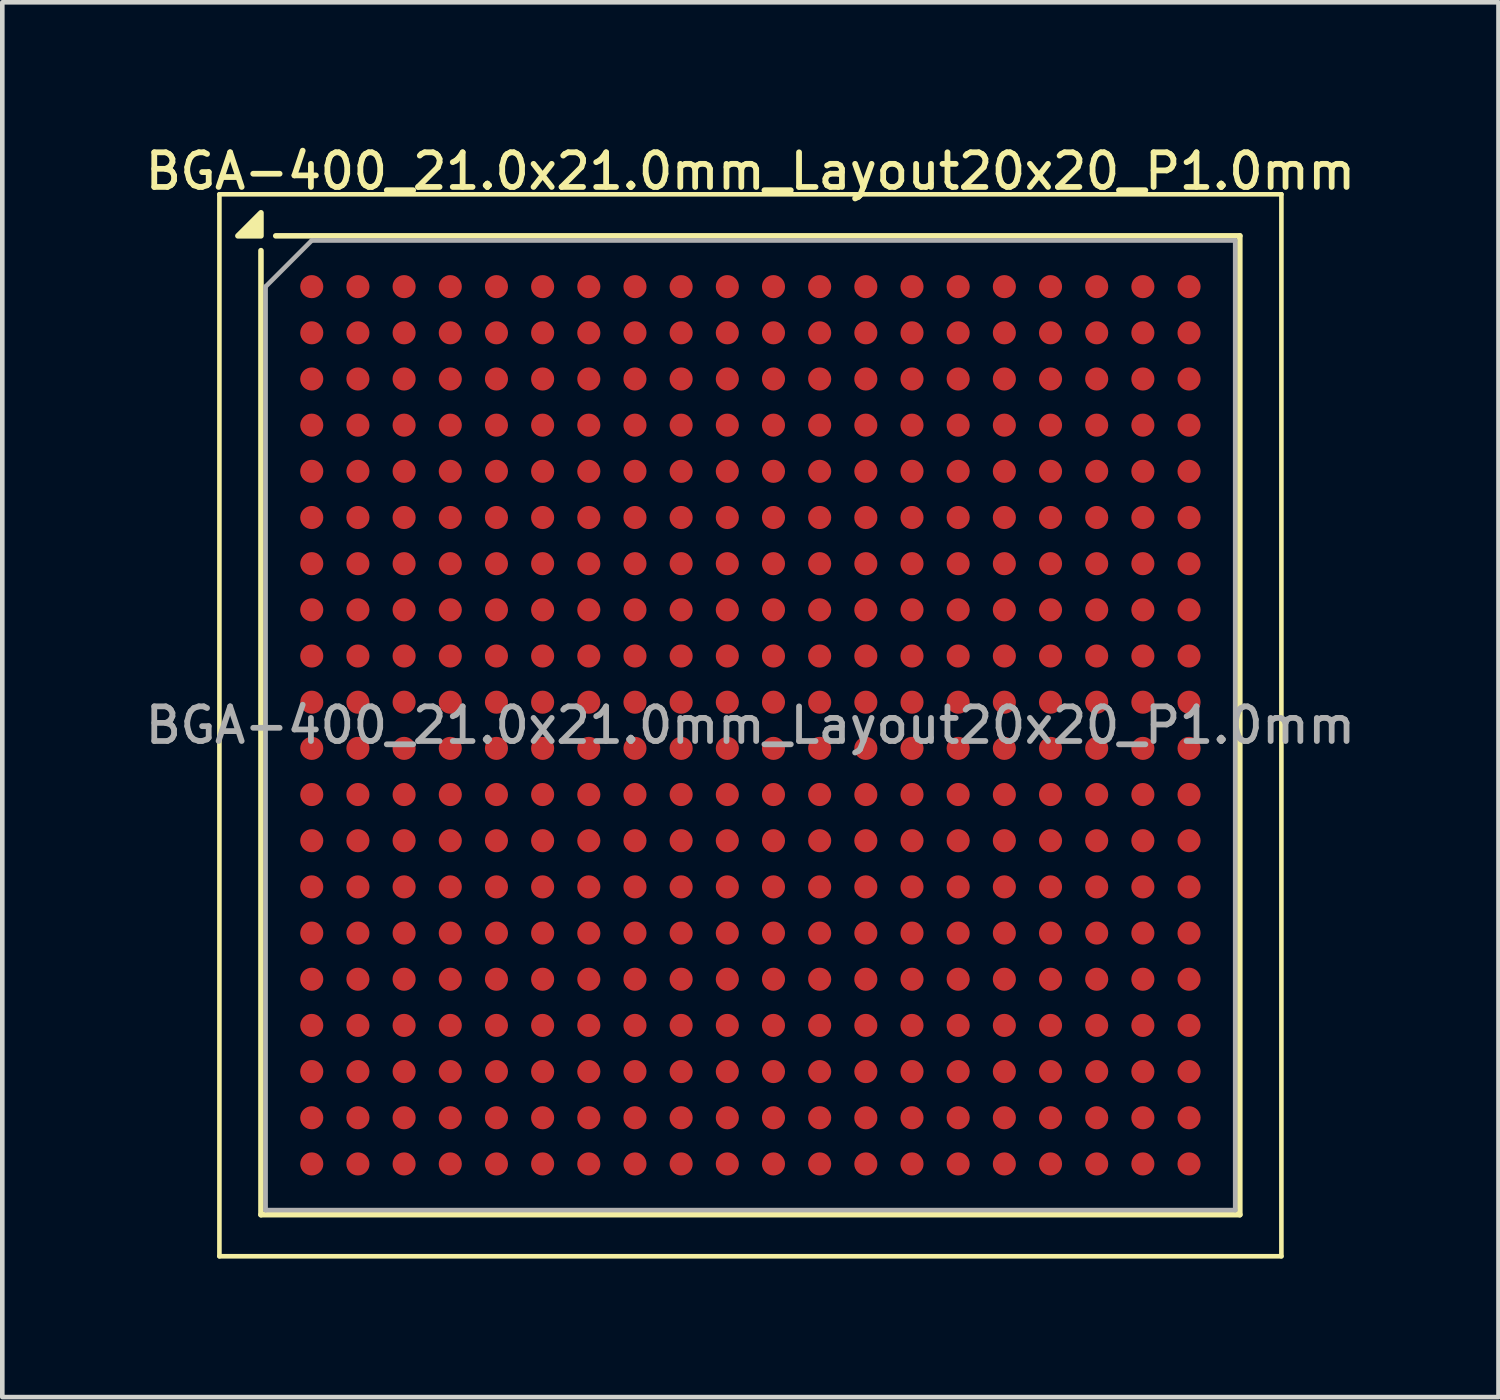
<source format=kicad_pcb>
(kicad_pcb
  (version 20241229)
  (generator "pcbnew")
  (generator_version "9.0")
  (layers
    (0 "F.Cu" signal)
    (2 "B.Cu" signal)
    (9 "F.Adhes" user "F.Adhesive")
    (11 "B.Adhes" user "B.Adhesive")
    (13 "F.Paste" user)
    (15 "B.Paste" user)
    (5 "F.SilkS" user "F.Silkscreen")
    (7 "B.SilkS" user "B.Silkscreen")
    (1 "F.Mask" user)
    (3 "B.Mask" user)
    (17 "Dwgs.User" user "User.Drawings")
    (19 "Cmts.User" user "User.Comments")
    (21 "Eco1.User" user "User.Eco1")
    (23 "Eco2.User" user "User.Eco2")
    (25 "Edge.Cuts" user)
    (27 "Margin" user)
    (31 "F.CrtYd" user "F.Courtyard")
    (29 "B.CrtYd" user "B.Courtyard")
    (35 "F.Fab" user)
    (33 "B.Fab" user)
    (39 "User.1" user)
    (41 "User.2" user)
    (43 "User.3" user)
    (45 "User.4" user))
  (footprint "BGA-400_21.0x21.0mm_Layout20x20_P1.0mm"
    (layer "F.Cu")
    (at 13.202 12.658)
    (property "Reference" "BGA-400_21.0x21.0mm_Layout20x20_P1.0mm" (at 0 -12 0) (layer "F.SilkS") (effects (font (size 0.75 0.75) (thickness 0.125))))
    (attr smd)
    (fp_line (start -11.5 -11.5) (end -11.5 11.5) (stroke (width 0.1) (type solid)) (layer "F.SilkS"))
    (fp_line (start -11.5 -11.5) (end 11.5 -11.5) (stroke (width 0.1) (type solid)) (layer "F.SilkS"))
    (fp_line (start -10.6 10.6) (end -10.6 -10.28) (stroke (width 0.12) (type solid)) (layer "F.SilkS"))
    (fp_line (start -10.28 -10.6) (end 10.6 -10.6) (stroke (width 0.12) (type solid)) (layer "F.SilkS"))
    (fp_line (start 10.6 -10.6) (end 10.6 10.6) (stroke (width 0.12) (type solid)) (layer "F.SilkS"))
    (fp_line (start 10.6 10.6) (end -10.6 10.6) (stroke (width 0.12) (type solid)) (layer "F.SilkS"))
    (fp_line (start 11.5 11.5) (end -11.5 11.5) (stroke (width 0.1) (type solid)) (layer "F.SilkS"))
    (fp_line (start 11.5 11.5) (end 11.5 -11.5) (stroke (width 0.1) (type solid)) (layer "F.SilkS"))
    (fp_poly (pts (xy -10.6 -10.6) (xy -11.1 -10.6) (xy -10.6 -11.1) (xy -10.6 -10.6)) (stroke (width 0.12) (type solid)) (fill yes) (layer "F.SilkS"))
    (fp_line (start -10.5 -9.5) (end -9.5 -10.5) (stroke (width 0.1) (type solid)) (layer "F.Fab"))
    (fp_line (start -10.5 10.5) (end -10.5 -9.5) (stroke (width 0.1) (type solid)) (layer "F.Fab"))
    (fp_line (start -9.5 -10.5) (end 10.5 -10.5) (stroke (width 0.1) (type solid)) (layer "F.Fab"))
    (fp_line (start 10.5 -10.5) (end 10.5 10.5) (stroke (width 0.1) (type solid)) (layer "F.Fab"))
    (fp_line (start 10.5 10.5) (end -10.5 10.5) (stroke (width 0.1) (type solid)) (layer "F.Fab"))
    (fp_text user "${REFERENCE}" (at 0 0 0) (layer "F.Fab") (effects (font (size 0.75 0.75) (thickness 0.125))))
    (pad "A1" smd circle (at -9.5 -9.5) (size 0.5 0.5) (property pad_prop_bga) (layers "F.Cu" "F.Mask" "F.Paste"))
    (pad "A2" smd circle (at -8.5 -9.5) (size 0.5 0.5) (property pad_prop_bga) (layers "F.Cu" "F.Mask" "F.Paste"))
    (pad "A3" smd circle (at -7.5 -9.5) (size 0.5 0.5) (property pad_prop_bga) (layers "F.Cu" "F.Mask" "F.Paste"))
    (pad "A4" smd circle (at -6.5 -9.5) (size 0.5 0.5) (property pad_prop_bga) (layers "F.Cu" "F.Mask" "F.Paste"))
    (pad "A5" smd circle (at -5.5 -9.5) (size 0.5 0.5) (property pad_prop_bga) (layers "F.Cu" "F.Mask" "F.Paste"))
    (pad "A6" smd circle (at -4.5 -9.5) (size 0.5 0.5) (property pad_prop_bga) (layers "F.Cu" "F.Mask" "F.Paste"))
    (pad "A7" smd circle (at -3.5 -9.5) (size 0.5 0.5) (property pad_prop_bga) (layers "F.Cu" "F.Mask" "F.Paste"))
    (pad "A8" smd circle (at -2.5 -9.5) (size 0.5 0.5) (property pad_prop_bga) (layers "F.Cu" "F.Mask" "F.Paste"))
    (pad "A9" smd circle (at -1.5 -9.5) (size 0.5 0.5) (property pad_prop_bga) (layers "F.Cu" "F.Mask" "F.Paste"))
    (pad "A10" smd circle (at -0.5 -9.5) (size 0.5 0.5) (property pad_prop_bga) (layers "F.Cu" "F.Mask" "F.Paste"))
    (pad "A11" smd circle (at 0.5 -9.5) (size 0.5 0.5) (property pad_prop_bga) (layers "F.Cu" "F.Mask" "F.Paste"))
    (pad "A12" smd circle (at 1.5 -9.5) (size 0.5 0.5) (property pad_prop_bga) (layers "F.Cu" "F.Mask" "F.Paste"))
    (pad "A13" smd circle (at 2.5 -9.5) (size 0.5 0.5) (property pad_prop_bga) (layers "F.Cu" "F.Mask" "F.Paste"))
    (pad "A14" smd circle (at 3.5 -9.5) (size 0.5 0.5) (property pad_prop_bga) (layers "F.Cu" "F.Mask" "F.Paste"))
    (pad "A15" smd circle (at 4.5 -9.5) (size 0.5 0.5) (property pad_prop_bga) (layers "F.Cu" "F.Mask" "F.Paste"))
    (pad "A16" smd circle (at 5.5 -9.5) (size 0.5 0.5) (property pad_prop_bga) (layers "F.Cu" "F.Mask" "F.Paste"))
    (pad "A17" smd circle (at 6.5 -9.5) (size 0.5 0.5) (property pad_prop_bga) (layers "F.Cu" "F.Mask" "F.Paste"))
    (pad "A18" smd circle (at 7.5 -9.5) (size 0.5 0.5) (property pad_prop_bga) (layers "F.Cu" "F.Mask" "F.Paste"))
    (pad "A19" smd circle (at 8.5 -9.5) (size 0.5 0.5) (property pad_prop_bga) (layers "F.Cu" "F.Mask" "F.Paste"))
    (pad "A20" smd circle (at 9.5 -9.5) (size 0.5 0.5) (property pad_prop_bga) (layers "F.Cu" "F.Mask" "F.Paste"))
    (pad "B1" smd circle (at -9.5 -8.5) (size 0.5 0.5) (property pad_prop_bga) (layers "F.Cu" "F.Mask" "F.Paste"))
    (pad "B2" smd circle (at -8.5 -8.5) (size 0.5 0.5) (property pad_prop_bga) (layers "F.Cu" "F.Mask" "F.Paste"))
    (pad "B3" smd circle (at -7.5 -8.5) (size 0.5 0.5) (property pad_prop_bga) (layers "F.Cu" "F.Mask" "F.Paste"))
    (pad "B4" smd circle (at -6.5 -8.5) (size 0.5 0.5) (property pad_prop_bga) (layers "F.Cu" "F.Mask" "F.Paste"))
    (pad "B5" smd circle (at -5.5 -8.5) (size 0.5 0.5) (property pad_prop_bga) (layers "F.Cu" "F.Mask" "F.Paste"))
    (pad "B6" smd circle (at -4.5 -8.5) (size 0.5 0.5) (property pad_prop_bga) (layers "F.Cu" "F.Mask" "F.Paste"))
    (pad "B7" smd circle (at -3.5 -8.5) (size 0.5 0.5) (property pad_prop_bga) (layers "F.Cu" "F.Mask" "F.Paste"))
    (pad "B8" smd circle (at -2.5 -8.5) (size 0.5 0.5) (property pad_prop_bga) (layers "F.Cu" "F.Mask" "F.Paste"))
    (pad "B9" smd circle (at -1.5 -8.5) (size 0.5 0.5) (property pad_prop_bga) (layers "F.Cu" "F.Mask" "F.Paste"))
    (pad "B10" smd circle (at -0.5 -8.5) (size 0.5 0.5) (property pad_prop_bga) (layers "F.Cu" "F.Mask" "F.Paste"))
    (pad "B11" smd circle (at 0.5 -8.5) (size 0.5 0.5) (property pad_prop_bga) (layers "F.Cu" "F.Mask" "F.Paste"))
    (pad "B12" smd circle (at 1.5 -8.5) (size 0.5 0.5) (property pad_prop_bga) (layers "F.Cu" "F.Mask" "F.Paste"))
    (pad "B13" smd circle (at 2.5 -8.5) (size 0.5 0.5) (property pad_prop_bga) (layers "F.Cu" "F.Mask" "F.Paste"))
    (pad "B14" smd circle (at 3.5 -8.5) (size 0.5 0.5) (property pad_prop_bga) (layers "F.Cu" "F.Mask" "F.Paste"))
    (pad "B15" smd circle (at 4.5 -8.5) (size 0.5 0.5) (property pad_prop_bga) (layers "F.Cu" "F.Mask" "F.Paste"))
    (pad "B16" smd circle (at 5.5 -8.5) (size 0.5 0.5) (property pad_prop_bga) (layers "F.Cu" "F.Mask" "F.Paste"))
    (pad "B17" smd circle (at 6.5 -8.5) (size 0.5 0.5) (property pad_prop_bga) (layers "F.Cu" "F.Mask" "F.Paste"))
    (pad "B18" smd circle (at 7.5 -8.5) (size 0.5 0.5) (property pad_prop_bga) (layers "F.Cu" "F.Mask" "F.Paste"))
    (pad "B19" smd circle (at 8.5 -8.5) (size 0.5 0.5) (property pad_prop_bga) (layers "F.Cu" "F.Mask" "F.Paste"))
    (pad "B20" smd circle (at 9.5 -8.5) (size 0.5 0.5) (property pad_prop_bga) (layers "F.Cu" "F.Mask" "F.Paste"))
    (pad "C1" smd circle (at -9.5 -7.5) (size 0.5 0.5) (property pad_prop_bga) (layers "F.Cu" "F.Mask" "F.Paste"))
    (pad "C2" smd circle (at -8.5 -7.5) (size 0.5 0.5) (property pad_prop_bga) (layers "F.Cu" "F.Mask" "F.Paste"))
    (pad "C3" smd circle (at -7.5 -7.5) (size 0.5 0.5) (property pad_prop_bga) (layers "F.Cu" "F.Mask" "F.Paste"))
    (pad "C4" smd circle (at -6.5 -7.5) (size 0.5 0.5) (property pad_prop_bga) (layers "F.Cu" "F.Mask" "F.Paste"))
    (pad "C5" smd circle (at -5.5 -7.5) (size 0.5 0.5) (property pad_prop_bga) (layers "F.Cu" "F.Mask" "F.Paste"))
    (pad "C6" smd circle (at -4.5 -7.5) (size 0.5 0.5) (property pad_prop_bga) (layers "F.Cu" "F.Mask" "F.Paste"))
    (pad "C7" smd circle (at -3.5 -7.5) (size 0.5 0.5) (property pad_prop_bga) (layers "F.Cu" "F.Mask" "F.Paste"))
    (pad "C8" smd circle (at -2.5 -7.5) (size 0.5 0.5) (property pad_prop_bga) (layers "F.Cu" "F.Mask" "F.Paste"))
    (pad "C9" smd circle (at -1.5 -7.5) (size 0.5 0.5) (property pad_prop_bga) (layers "F.Cu" "F.Mask" "F.Paste"))
    (pad "C10" smd circle (at -0.5 -7.5) (size 0.5 0.5) (property pad_prop_bga) (layers "F.Cu" "F.Mask" "F.Paste"))
    (pad "C11" smd circle (at 0.5 -7.5) (size 0.5 0.5) (property pad_prop_bga) (layers "F.Cu" "F.Mask" "F.Paste"))
    (pad "C12" smd circle (at 1.5 -7.5) (size 0.5 0.5) (property pad_prop_bga) (layers "F.Cu" "F.Mask" "F.Paste"))
    (pad "C13" smd circle (at 2.5 -7.5) (size 0.5 0.5) (property pad_prop_bga) (layers "F.Cu" "F.Mask" "F.Paste"))
    (pad "C14" smd circle (at 3.5 -7.5) (size 0.5 0.5) (property pad_prop_bga) (layers "F.Cu" "F.Mask" "F.Paste"))
    (pad "C15" smd circle (at 4.5 -7.5) (size 0.5 0.5) (property pad_prop_bga) (layers "F.Cu" "F.Mask" "F.Paste"))
    (pad "C16" smd circle (at 5.5 -7.5) (size 0.5 0.5) (property pad_prop_bga) (layers "F.Cu" "F.Mask" "F.Paste"))
    (pad "C17" smd circle (at 6.5 -7.5) (size 0.5 0.5) (property pad_prop_bga) (layers "F.Cu" "F.Mask" "F.Paste"))
    (pad "C18" smd circle (at 7.5 -7.5) (size 0.5 0.5) (property pad_prop_bga) (layers "F.Cu" "F.Mask" "F.Paste"))
    (pad "C19" smd circle (at 8.5 -7.5) (size 0.5 0.5) (property pad_prop_bga) (layers "F.Cu" "F.Mask" "F.Paste"))
    (pad "C20" smd circle (at 9.5 -7.5) (size 0.5 0.5) (property pad_prop_bga) (layers "F.Cu" "F.Mask" "F.Paste"))
    (pad "D1" smd circle (at -9.5 -6.5) (size 0.5 0.5) (property pad_prop_bga) (layers "F.Cu" "F.Mask" "F.Paste"))
    (pad "D2" smd circle (at -8.5 -6.5) (size 0.5 0.5) (property pad_prop_bga) (layers "F.Cu" "F.Mask" "F.Paste"))
    (pad "D3" smd circle (at -7.5 -6.5) (size 0.5 0.5) (property pad_prop_bga) (layers "F.Cu" "F.Mask" "F.Paste"))
    (pad "D4" smd circle (at -6.5 -6.5) (size 0.5 0.5) (property pad_prop_bga) (layers "F.Cu" "F.Mask" "F.Paste"))
    (pad "D5" smd circle (at -5.5 -6.5) (size 0.5 0.5) (property pad_prop_bga) (layers "F.Cu" "F.Mask" "F.Paste"))
    (pad "D6" smd circle (at -4.5 -6.5) (size 0.5 0.5) (property pad_prop_bga) (layers "F.Cu" "F.Mask" "F.Paste"))
    (pad "D7" smd circle (at -3.5 -6.5) (size 0.5 0.5) (property pad_prop_bga) (layers "F.Cu" "F.Mask" "F.Paste"))
    (pad "D8" smd circle (at -2.5 -6.5) (size 0.5 0.5) (property pad_prop_bga) (layers "F.Cu" "F.Mask" "F.Paste"))
    (pad "D9" smd circle (at -1.5 -6.5) (size 0.5 0.5) (property pad_prop_bga) (layers "F.Cu" "F.Mask" "F.Paste"))
    (pad "D10" smd circle (at -0.5 -6.5) (size 0.5 0.5) (property pad_prop_bga) (layers "F.Cu" "F.Mask" "F.Paste"))
    (pad "D11" smd circle (at 0.5 -6.5) (size 0.5 0.5) (property pad_prop_bga) (layers "F.Cu" "F.Mask" "F.Paste"))
    (pad "D12" smd circle (at 1.5 -6.5) (size 0.5 0.5) (property pad_prop_bga) (layers "F.Cu" "F.Mask" "F.Paste"))
    (pad "D13" smd circle (at 2.5 -6.5) (size 0.5 0.5) (property pad_prop_bga) (layers "F.Cu" "F.Mask" "F.Paste"))
    (pad "D14" smd circle (at 3.5 -6.5) (size 0.5 0.5) (property pad_prop_bga) (layers "F.Cu" "F.Mask" "F.Paste"))
    (pad "D15" smd circle (at 4.5 -6.5) (size 0.5 0.5) (property pad_prop_bga) (layers "F.Cu" "F.Mask" "F.Paste"))
    (pad "D16" smd circle (at 5.5 -6.5) (size 0.5 0.5) (property pad_prop_bga) (layers "F.Cu" "F.Mask" "F.Paste"))
    (pad "D17" smd circle (at 6.5 -6.5) (size 0.5 0.5) (property pad_prop_bga) (layers "F.Cu" "F.Mask" "F.Paste"))
    (pad "D18" smd circle (at 7.5 -6.5) (size 0.5 0.5) (property pad_prop_bga) (layers "F.Cu" "F.Mask" "F.Paste"))
    (pad "D19" smd circle (at 8.5 -6.5) (size 0.5 0.5) (property pad_prop_bga) (layers "F.Cu" "F.Mask" "F.Paste"))
    (pad "D20" smd circle (at 9.5 -6.5) (size 0.5 0.5) (property pad_prop_bga) (layers "F.Cu" "F.Mask" "F.Paste"))
    (pad "E1" smd circle (at -9.5 -5.5) (size 0.5 0.5) (property pad_prop_bga) (layers "F.Cu" "F.Mask" "F.Paste"))
    (pad "E2" smd circle (at -8.5 -5.5) (size 0.5 0.5) (property pad_prop_bga) (layers "F.Cu" "F.Mask" "F.Paste"))
    (pad "E3" smd circle (at -7.5 -5.5) (size 0.5 0.5) (property pad_prop_bga) (layers "F.Cu" "F.Mask" "F.Paste"))
    (pad "E4" smd circle (at -6.5 -5.5) (size 0.5 0.5) (property pad_prop_bga) (layers "F.Cu" "F.Mask" "F.Paste"))
    (pad "E5" smd circle (at -5.5 -5.5) (size 0.5 0.5) (property pad_prop_bga) (layers "F.Cu" "F.Mask" "F.Paste"))
    (pad "E6" smd circle (at -4.5 -5.5) (size 0.5 0.5) (property pad_prop_bga) (layers "F.Cu" "F.Mask" "F.Paste"))
    (pad "E7" smd circle (at -3.5 -5.5) (size 0.5 0.5) (property pad_prop_bga) (layers "F.Cu" "F.Mask" "F.Paste"))
    (pad "E8" smd circle (at -2.5 -5.5) (size 0.5 0.5) (property pad_prop_bga) (layers "F.Cu" "F.Mask" "F.Paste"))
    (pad "E9" smd circle (at -1.5 -5.5) (size 0.5 0.5) (property pad_prop_bga) (layers "F.Cu" "F.Mask" "F.Paste"))
    (pad "E10" smd circle (at -0.5 -5.5) (size 0.5 0.5) (property pad_prop_bga) (layers "F.Cu" "F.Mask" "F.Paste"))
    (pad "E11" smd circle (at 0.5 -5.5) (size 0.5 0.5) (property pad_prop_bga) (layers "F.Cu" "F.Mask" "F.Paste"))
    (pad "E12" smd circle (at 1.5 -5.5) (size 0.5 0.5) (property pad_prop_bga) (layers "F.Cu" "F.Mask" "F.Paste"))
    (pad "E13" smd circle (at 2.5 -5.5) (size 0.5 0.5) (property pad_prop_bga) (layers "F.Cu" "F.Mask" "F.Paste"))
    (pad "E14" smd circle (at 3.5 -5.5) (size 0.5 0.5) (property pad_prop_bga) (layers "F.Cu" "F.Mask" "F.Paste"))
    (pad "E15" smd circle (at 4.5 -5.5) (size 0.5 0.5) (property pad_prop_bga) (layers "F.Cu" "F.Mask" "F.Paste"))
    (pad "E16" smd circle (at 5.5 -5.5) (size 0.5 0.5) (property pad_prop_bga) (layers "F.Cu" "F.Mask" "F.Paste"))
    (pad "E17" smd circle (at 6.5 -5.5) (size 0.5 0.5) (property pad_prop_bga) (layers "F.Cu" "F.Mask" "F.Paste"))
    (pad "E18" smd circle (at 7.5 -5.5) (size 0.5 0.5) (property pad_prop_bga) (layers "F.Cu" "F.Mask" "F.Paste"))
    (pad "E19" smd circle (at 8.5 -5.5) (size 0.5 0.5) (property pad_prop_bga) (layers "F.Cu" "F.Mask" "F.Paste"))
    (pad "E20" smd circle (at 9.5 -5.5) (size 0.5 0.5) (property pad_prop_bga) (layers "F.Cu" "F.Mask" "F.Paste"))
    (pad "F1" smd circle (at -9.5 -4.5) (size 0.5 0.5) (property pad_prop_bga) (layers "F.Cu" "F.Mask" "F.Paste"))
    (pad "F2" smd circle (at -8.5 -4.5) (size 0.5 0.5) (property pad_prop_bga) (layers "F.Cu" "F.Mask" "F.Paste"))
    (pad "F3" smd circle (at -7.5 -4.5) (size 0.5 0.5) (property pad_prop_bga) (layers "F.Cu" "F.Mask" "F.Paste"))
    (pad "F4" smd circle (at -6.5 -4.5) (size 0.5 0.5) (property pad_prop_bga) (layers "F.Cu" "F.Mask" "F.Paste"))
    (pad "F5" smd circle (at -5.5 -4.5) (size 0.5 0.5) (property pad_prop_bga) (layers "F.Cu" "F.Mask" "F.Paste"))
    (pad "F6" smd circle (at -4.5 -4.5) (size 0.5 0.5) (property pad_prop_bga) (layers "F.Cu" "F.Mask" "F.Paste"))
    (pad "F7" smd circle (at -3.5 -4.5) (size 0.5 0.5) (property pad_prop_bga) (layers "F.Cu" "F.Mask" "F.Paste"))
    (pad "F8" smd circle (at -2.5 -4.5) (size 0.5 0.5) (property pad_prop_bga) (layers "F.Cu" "F.Mask" "F.Paste"))
    (pad "F9" smd circle (at -1.5 -4.5) (size 0.5 0.5) (property pad_prop_bga) (layers "F.Cu" "F.Mask" "F.Paste"))
    (pad "F10" smd circle (at -0.5 -4.5) (size 0.5 0.5) (property pad_prop_bga) (layers "F.Cu" "F.Mask" "F.Paste"))
    (pad "F11" smd circle (at 0.5 -4.5) (size 0.5 0.5) (property pad_prop_bga) (layers "F.Cu" "F.Mask" "F.Paste"))
    (pad "F12" smd circle (at 1.5 -4.5) (size 0.5 0.5) (property pad_prop_bga) (layers "F.Cu" "F.Mask" "F.Paste"))
    (pad "F13" smd circle (at 2.5 -4.5) (size 0.5 0.5) (property pad_prop_bga) (layers "F.Cu" "F.Mask" "F.Paste"))
    (pad "F14" smd circle (at 3.5 -4.5) (size 0.5 0.5) (property pad_prop_bga) (layers "F.Cu" "F.Mask" "F.Paste"))
    (pad "F15" smd circle (at 4.5 -4.5) (size 0.5 0.5) (property pad_prop_bga) (layers "F.Cu" "F.Mask" "F.Paste"))
    (pad "F16" smd circle (at 5.5 -4.5) (size 0.5 0.5) (property pad_prop_bga) (layers "F.Cu" "F.Mask" "F.Paste"))
    (pad "F17" smd circle (at 6.5 -4.5) (size 0.5 0.5) (property pad_prop_bga) (layers "F.Cu" "F.Mask" "F.Paste"))
    (pad "F18" smd circle (at 7.5 -4.5) (size 0.5 0.5) (property pad_prop_bga) (layers "F.Cu" "F.Mask" "F.Paste"))
    (pad "F19" smd circle (at 8.5 -4.5) (size 0.5 0.5) (property pad_prop_bga) (layers "F.Cu" "F.Mask" "F.Paste"))
    (pad "F20" smd circle (at 9.5 -4.5) (size 0.5 0.5) (property pad_prop_bga) (layers "F.Cu" "F.Mask" "F.Paste"))
    (pad "G1" smd circle (at -9.5 -3.5) (size 0.5 0.5) (property pad_prop_bga) (layers "F.Cu" "F.Mask" "F.Paste"))
    (pad "G2" smd circle (at -8.5 -3.5) (size 0.5 0.5) (property pad_prop_bga) (layers "F.Cu" "F.Mask" "F.Paste"))
    (pad "G3" smd circle (at -7.5 -3.5) (size 0.5 0.5) (property pad_prop_bga) (layers "F.Cu" "F.Mask" "F.Paste"))
    (pad "G4" smd circle (at -6.5 -3.5) (size 0.5 0.5) (property pad_prop_bga) (layers "F.Cu" "F.Mask" "F.Paste"))
    (pad "G5" smd circle (at -5.5 -3.5) (size 0.5 0.5) (property pad_prop_bga) (layers "F.Cu" "F.Mask" "F.Paste"))
    (pad "G6" smd circle (at -4.5 -3.5) (size 0.5 0.5) (property pad_prop_bga) (layers "F.Cu" "F.Mask" "F.Paste"))
    (pad "G7" smd circle (at -3.5 -3.5) (size 0.5 0.5) (property pad_prop_bga) (layers "F.Cu" "F.Mask" "F.Paste"))
    (pad "G8" smd circle (at -2.5 -3.5) (size 0.5 0.5) (property pad_prop_bga) (layers "F.Cu" "F.Mask" "F.Paste"))
    (pad "G9" smd circle (at -1.5 -3.5) (size 0.5 0.5) (property pad_prop_bga) (layers "F.Cu" "F.Mask" "F.Paste"))
    (pad "G10" smd circle (at -0.5 -3.5) (size 0.5 0.5) (property pad_prop_bga) (layers "F.Cu" "F.Mask" "F.Paste"))
    (pad "G11" smd circle (at 0.5 -3.5) (size 0.5 0.5) (property pad_prop_bga) (layers "F.Cu" "F.Mask" "F.Paste"))
    (pad "G12" smd circle (at 1.5 -3.5) (size 0.5 0.5) (property pad_prop_bga) (layers "F.Cu" "F.Mask" "F.Paste"))
    (pad "G13" smd circle (at 2.5 -3.5) (size 0.5 0.5) (property pad_prop_bga) (layers "F.Cu" "F.Mask" "F.Paste"))
    (pad "G14" smd circle (at 3.5 -3.5) (size 0.5 0.5) (property pad_prop_bga) (layers "F.Cu" "F.Mask" "F.Paste"))
    (pad "G15" smd circle (at 4.5 -3.5) (size 0.5 0.5) (property pad_prop_bga) (layers "F.Cu" "F.Mask" "F.Paste"))
    (pad "G16" smd circle (at 5.5 -3.5) (size 0.5 0.5) (property pad_prop_bga) (layers "F.Cu" "F.Mask" "F.Paste"))
    (pad "G17" smd circle (at 6.5 -3.5) (size 0.5 0.5) (property pad_prop_bga) (layers "F.Cu" "F.Mask" "F.Paste"))
    (pad "G18" smd circle (at 7.5 -3.5) (size 0.5 0.5) (property pad_prop_bga) (layers "F.Cu" "F.Mask" "F.Paste"))
    (pad "G19" smd circle (at 8.5 -3.5) (size 0.5 0.5) (property pad_prop_bga) (layers "F.Cu" "F.Mask" "F.Paste"))
    (pad "G20" smd circle (at 9.5 -3.5) (size 0.5 0.5) (property pad_prop_bga) (layers "F.Cu" "F.Mask" "F.Paste"))
    (pad "H1" smd circle (at -9.5 -2.5) (size 0.5 0.5) (property pad_prop_bga) (layers "F.Cu" "F.Mask" "F.Paste"))
    (pad "H2" smd circle (at -8.5 -2.5) (size 0.5 0.5) (property pad_prop_bga) (layers "F.Cu" "F.Mask" "F.Paste"))
    (pad "H3" smd circle (at -7.5 -2.5) (size 0.5 0.5) (property pad_prop_bga) (layers "F.Cu" "F.Mask" "F.Paste"))
    (pad "H4" smd circle (at -6.5 -2.5) (size 0.5 0.5) (property pad_prop_bga) (layers "F.Cu" "F.Mask" "F.Paste"))
    (pad "H5" smd circle (at -5.5 -2.5) (size 0.5 0.5) (property pad_prop_bga) (layers "F.Cu" "F.Mask" "F.Paste"))
    (pad "H6" smd circle (at -4.5 -2.5) (size 0.5 0.5) (property pad_prop_bga) (layers "F.Cu" "F.Mask" "F.Paste"))
    (pad "H7" smd circle (at -3.5 -2.5) (size 0.5 0.5) (property pad_prop_bga) (layers "F.Cu" "F.Mask" "F.Paste"))
    (pad "H8" smd circle (at -2.5 -2.5) (size 0.5 0.5) (property pad_prop_bga) (layers "F.Cu" "F.Mask" "F.Paste"))
    (pad "H9" smd circle (at -1.5 -2.5) (size 0.5 0.5) (property pad_prop_bga) (layers "F.Cu" "F.Mask" "F.Paste"))
    (pad "H10" smd circle (at -0.5 -2.5) (size 0.5 0.5) (property pad_prop_bga) (layers "F.Cu" "F.Mask" "F.Paste"))
    (pad "H11" smd circle (at 0.5 -2.5) (size 0.5 0.5) (property pad_prop_bga) (layers "F.Cu" "F.Mask" "F.Paste"))
    (pad "H12" smd circle (at 1.5 -2.5) (size 0.5 0.5) (property pad_prop_bga) (layers "F.Cu" "F.Mask" "F.Paste"))
    (pad "H13" smd circle (at 2.5 -2.5) (size 0.5 0.5) (property pad_prop_bga) (layers "F.Cu" "F.Mask" "F.Paste"))
    (pad "H14" smd circle (at 3.5 -2.5) (size 0.5 0.5) (property pad_prop_bga) (layers "F.Cu" "F.Mask" "F.Paste"))
    (pad "H15" smd circle (at 4.5 -2.5) (size 0.5 0.5) (property pad_prop_bga) (layers "F.Cu" "F.Mask" "F.Paste"))
    (pad "H16" smd circle (at 5.5 -2.5) (size 0.5 0.5) (property pad_prop_bga) (layers "F.Cu" "F.Mask" "F.Paste"))
    (pad "H17" smd circle (at 6.5 -2.5) (size 0.5 0.5) (property pad_prop_bga) (layers "F.Cu" "F.Mask" "F.Paste"))
    (pad "H18" smd circle (at 7.5 -2.5) (size 0.5 0.5) (property pad_prop_bga) (layers "F.Cu" "F.Mask" "F.Paste"))
    (pad "H19" smd circle (at 8.5 -2.5) (size 0.5 0.5) (property pad_prop_bga) (layers "F.Cu" "F.Mask" "F.Paste"))
    (pad "H20" smd circle (at 9.5 -2.5) (size 0.5 0.5) (property pad_prop_bga) (layers "F.Cu" "F.Mask" "F.Paste"))
    (pad "J1" smd circle (at -9.5 -1.5) (size 0.5 0.5) (property pad_prop_bga) (layers "F.Cu" "F.Mask" "F.Paste"))
    (pad "J2" smd circle (at -8.5 -1.5) (size 0.5 0.5) (property pad_prop_bga) (layers "F.Cu" "F.Mask" "F.Paste"))
    (pad "J3" smd circle (at -7.5 -1.5) (size 0.5 0.5) (property pad_prop_bga) (layers "F.Cu" "F.Mask" "F.Paste"))
    (pad "J4" smd circle (at -6.5 -1.5) (size 0.5 0.5) (property pad_prop_bga) (layers "F.Cu" "F.Mask" "F.Paste"))
    (pad "J5" smd circle (at -5.5 -1.5) (size 0.5 0.5) (property pad_prop_bga) (layers "F.Cu" "F.Mask" "F.Paste"))
    (pad "J6" smd circle (at -4.5 -1.5) (size 0.5 0.5) (property pad_prop_bga) (layers "F.Cu" "F.Mask" "F.Paste"))
    (pad "J7" smd circle (at -3.5 -1.5) (size 0.5 0.5) (property pad_prop_bga) (layers "F.Cu" "F.Mask" "F.Paste"))
    (pad "J8" smd circle (at -2.5 -1.5) (size 0.5 0.5) (property pad_prop_bga) (layers "F.Cu" "F.Mask" "F.Paste"))
    (pad "J9" smd circle (at -1.5 -1.5) (size 0.5 0.5) (property pad_prop_bga) (layers "F.Cu" "F.Mask" "F.Paste"))
    (pad "J10" smd circle (at -0.5 -1.5) (size 0.5 0.5) (property pad_prop_bga) (layers "F.Cu" "F.Mask" "F.Paste"))
    (pad "J11" smd circle (at 0.5 -1.5) (size 0.5 0.5) (property pad_prop_bga) (layers "F.Cu" "F.Mask" "F.Paste"))
    (pad "J12" smd circle (at 1.5 -1.5) (size 0.5 0.5) (property pad_prop_bga) (layers "F.Cu" "F.Mask" "F.Paste"))
    (pad "J13" smd circle (at 2.5 -1.5) (size 0.5 0.5) (property pad_prop_bga) (layers "F.Cu" "F.Mask" "F.Paste"))
    (pad "J14" smd circle (at 3.5 -1.5) (size 0.5 0.5) (property pad_prop_bga) (layers "F.Cu" "F.Mask" "F.Paste"))
    (pad "J15" smd circle (at 4.5 -1.5) (size 0.5 0.5) (property pad_prop_bga) (layers "F.Cu" "F.Mask" "F.Paste"))
    (pad "J16" smd circle (at 5.5 -1.5) (size 0.5 0.5) (property pad_prop_bga) (layers "F.Cu" "F.Mask" "F.Paste"))
    (pad "J17" smd circle (at 6.5 -1.5) (size 0.5 0.5) (property pad_prop_bga) (layers "F.Cu" "F.Mask" "F.Paste"))
    (pad "J18" smd circle (at 7.5 -1.5) (size 0.5 0.5) (property pad_prop_bga) (layers "F.Cu" "F.Mask" "F.Paste"))
    (pad "J19" smd circle (at 8.5 -1.5) (size 0.5 0.5) (property pad_prop_bga) (layers "F.Cu" "F.Mask" "F.Paste"))
    (pad "J20" smd circle (at 9.5 -1.5) (size 0.5 0.5) (property pad_prop_bga) (layers "F.Cu" "F.Mask" "F.Paste"))
    (pad "K1" smd circle (at -9.5 -0.5) (size 0.5 0.5) (property pad_prop_bga) (layers "F.Cu" "F.Mask" "F.Paste"))
    (pad "K2" smd circle (at -8.5 -0.5) (size 0.5 0.5) (property pad_prop_bga) (layers "F.Cu" "F.Mask" "F.Paste"))
    (pad "K3" smd circle (at -7.5 -0.5) (size 0.5 0.5) (property pad_prop_bga) (layers "F.Cu" "F.Mask" "F.Paste"))
    (pad "K4" smd circle (at -6.5 -0.5) (size 0.5 0.5) (property pad_prop_bga) (layers "F.Cu" "F.Mask" "F.Paste"))
    (pad "K5" smd circle (at -5.5 -0.5) (size 0.5 0.5) (property pad_prop_bga) (layers "F.Cu" "F.Mask" "F.Paste"))
    (pad "K6" smd circle (at -4.5 -0.5) (size 0.5 0.5) (property pad_prop_bga) (layers "F.Cu" "F.Mask" "F.Paste"))
    (pad "K7" smd circle (at -3.5 -0.5) (size 0.5 0.5) (property pad_prop_bga) (layers "F.Cu" "F.Mask" "F.Paste"))
    (pad "K8" smd circle (at -2.5 -0.5) (size 0.5 0.5) (property pad_prop_bga) (layers "F.Cu" "F.Mask" "F.Paste"))
    (pad "K9" smd circle (at -1.5 -0.5) (size 0.5 0.5) (property pad_prop_bga) (layers "F.Cu" "F.Mask" "F.Paste"))
    (pad "K10" smd circle (at -0.5 -0.5) (size 0.5 0.5) (property pad_prop_bga) (layers "F.Cu" "F.Mask" "F.Paste"))
    (pad "K11" smd circle (at 0.5 -0.5) (size 0.5 0.5) (property pad_prop_bga) (layers "F.Cu" "F.Mask" "F.Paste"))
    (pad "K12" smd circle (at 1.5 -0.5) (size 0.5 0.5) (property pad_prop_bga) (layers "F.Cu" "F.Mask" "F.Paste"))
    (pad "K13" smd circle (at 2.5 -0.5) (size 0.5 0.5) (property pad_prop_bga) (layers "F.Cu" "F.Mask" "F.Paste"))
    (pad "K14" smd circle (at 3.5 -0.5) (size 0.5 0.5) (property pad_prop_bga) (layers "F.Cu" "F.Mask" "F.Paste"))
    (pad "K15" smd circle (at 4.5 -0.5) (size 0.5 0.5) (property pad_prop_bga) (layers "F.Cu" "F.Mask" "F.Paste"))
    (pad "K16" smd circle (at 5.5 -0.5) (size 0.5 0.5) (property pad_prop_bga) (layers "F.Cu" "F.Mask" "F.Paste"))
    (pad "K17" smd circle (at 6.5 -0.5) (size 0.5 0.5) (property pad_prop_bga) (layers "F.Cu" "F.Mask" "F.Paste"))
    (pad "K18" smd circle (at 7.5 -0.5) (size 0.5 0.5) (property pad_prop_bga) (layers "F.Cu" "F.Mask" "F.Paste"))
    (pad "K19" smd circle (at 8.5 -0.5) (size 0.5 0.5) (property pad_prop_bga) (layers "F.Cu" "F.Mask" "F.Paste"))
    (pad "K20" smd circle (at 9.5 -0.5) (size 0.5 0.5) (property pad_prop_bga) (layers "F.Cu" "F.Mask" "F.Paste"))
    (pad "L1" smd circle (at -9.5 0.5) (size 0.5 0.5) (property pad_prop_bga) (layers "F.Cu" "F.Mask" "F.Paste"))
    (pad "L2" smd circle (at -8.5 0.5) (size 0.5 0.5) (property pad_prop_bga) (layers "F.Cu" "F.Mask" "F.Paste"))
    (pad "L3" smd circle (at -7.5 0.5) (size 0.5 0.5) (property pad_prop_bga) (layers "F.Cu" "F.Mask" "F.Paste"))
    (pad "L4" smd circle (at -6.5 0.5) (size 0.5 0.5) (property pad_prop_bga) (layers "F.Cu" "F.Mask" "F.Paste"))
    (pad "L5" smd circle (at -5.5 0.5) (size 0.5 0.5) (property pad_prop_bga) (layers "F.Cu" "F.Mask" "F.Paste"))
    (pad "L6" smd circle (at -4.5 0.5) (size 0.5 0.5) (property pad_prop_bga) (layers "F.Cu" "F.Mask" "F.Paste"))
    (pad "L7" smd circle (at -3.5 0.5) (size 0.5 0.5) (property pad_prop_bga) (layers "F.Cu" "F.Mask" "F.Paste"))
    (pad "L8" smd circle (at -2.5 0.5) (size 0.5 0.5) (property pad_prop_bga) (layers "F.Cu" "F.Mask" "F.Paste"))
    (pad "L9" smd circle (at -1.5 0.5) (size 0.5 0.5) (property pad_prop_bga) (layers "F.Cu" "F.Mask" "F.Paste"))
    (pad "L10" smd circle (at -0.5 0.5) (size 0.5 0.5) (property pad_prop_bga) (layers "F.Cu" "F.Mask" "F.Paste"))
    (pad "L11" smd circle (at 0.5 0.5) (size 0.5 0.5) (property pad_prop_bga) (layers "F.Cu" "F.Mask" "F.Paste"))
    (pad "L12" smd circle (at 1.5 0.5) (size 0.5 0.5) (property pad_prop_bga) (layers "F.Cu" "F.Mask" "F.Paste"))
    (pad "L13" smd circle (at 2.5 0.5) (size 0.5 0.5) (property pad_prop_bga) (layers "F.Cu" "F.Mask" "F.Paste"))
    (pad "L14" smd circle (at 3.5 0.5) (size 0.5 0.5) (property pad_prop_bga) (layers "F.Cu" "F.Mask" "F.Paste"))
    (pad "L15" smd circle (at 4.5 0.5) (size 0.5 0.5) (property pad_prop_bga) (layers "F.Cu" "F.Mask" "F.Paste"))
    (pad "L16" smd circle (at 5.5 0.5) (size 0.5 0.5) (property pad_prop_bga) (layers "F.Cu" "F.Mask" "F.Paste"))
    (pad "L17" smd circle (at 6.5 0.5) (size 0.5 0.5) (property pad_prop_bga) (layers "F.Cu" "F.Mask" "F.Paste"))
    (pad "L18" smd circle (at 7.5 0.5) (size 0.5 0.5) (property pad_prop_bga) (layers "F.Cu" "F.Mask" "F.Paste"))
    (pad "L19" smd circle (at 8.5 0.5) (size 0.5 0.5) (property pad_prop_bga) (layers "F.Cu" "F.Mask" "F.Paste"))
    (pad "L20" smd circle (at 9.5 0.5) (size 0.5 0.5) (property pad_prop_bga) (layers "F.Cu" "F.Mask" "F.Paste"))
    (pad "M1" smd circle (at -9.5 1.5) (size 0.5 0.5) (property pad_prop_bga) (layers "F.Cu" "F.Mask" "F.Paste"))
    (pad "M2" smd circle (at -8.5 1.5) (size 0.5 0.5) (property pad_prop_bga) (layers "F.Cu" "F.Mask" "F.Paste"))
    (pad "M3" smd circle (at -7.5 1.5) (size 0.5 0.5) (property pad_prop_bga) (layers "F.Cu" "F.Mask" "F.Paste"))
    (pad "M4" smd circle (at -6.5 1.5) (size 0.5 0.5) (property pad_prop_bga) (layers "F.Cu" "F.Mask" "F.Paste"))
    (pad "M5" smd circle (at -5.5 1.5) (size 0.5 0.5) (property pad_prop_bga) (layers "F.Cu" "F.Mask" "F.Paste"))
    (pad "M6" smd circle (at -4.5 1.5) (size 0.5 0.5) (property pad_prop_bga) (layers "F.Cu" "F.Mask" "F.Paste"))
    (pad "M7" smd circle (at -3.5 1.5) (size 0.5 0.5) (property pad_prop_bga) (layers "F.Cu" "F.Mask" "F.Paste"))
    (pad "M8" smd circle (at -2.5 1.5) (size 0.5 0.5) (property pad_prop_bga) (layers "F.Cu" "F.Mask" "F.Paste"))
    (pad "M9" smd circle (at -1.5 1.5) (size 0.5 0.5) (property pad_prop_bga) (layers "F.Cu" "F.Mask" "F.Paste"))
    (pad "M10" smd circle (at -0.5 1.5) (size 0.5 0.5) (property pad_prop_bga) (layers "F.Cu" "F.Mask" "F.Paste"))
    (pad "M11" smd circle (at 0.5 1.5) (size 0.5 0.5) (property pad_prop_bga) (layers "F.Cu" "F.Mask" "F.Paste"))
    (pad "M12" smd circle (at 1.5 1.5) (size 0.5 0.5) (property pad_prop_bga) (layers "F.Cu" "F.Mask" "F.Paste"))
    (pad "M13" smd circle (at 2.5 1.5) (size 0.5 0.5) (property pad_prop_bga) (layers "F.Cu" "F.Mask" "F.Paste"))
    (pad "M14" smd circle (at 3.5 1.5) (size 0.5 0.5) (property pad_prop_bga) (layers "F.Cu" "F.Mask" "F.Paste"))
    (pad "M15" smd circle (at 4.5 1.5) (size 0.5 0.5) (property pad_prop_bga) (layers "F.Cu" "F.Mask" "F.Paste"))
    (pad "M16" smd circle (at 5.5 1.5) (size 0.5 0.5) (property pad_prop_bga) (layers "F.Cu" "F.Mask" "F.Paste"))
    (pad "M17" smd circle (at 6.5 1.5) (size 0.5 0.5) (property pad_prop_bga) (layers "F.Cu" "F.Mask" "F.Paste"))
    (pad "M18" smd circle (at 7.5 1.5) (size 0.5 0.5) (property pad_prop_bga) (layers "F.Cu" "F.Mask" "F.Paste"))
    (pad "M19" smd circle (at 8.5 1.5) (size 0.5 0.5) (property pad_prop_bga) (layers "F.Cu" "F.Mask" "F.Paste"))
    (pad "M20" smd circle (at 9.5 1.5) (size 0.5 0.5) (property pad_prop_bga) (layers "F.Cu" "F.Mask" "F.Paste"))
    (pad "N1" smd circle (at -9.5 2.5) (size 0.5 0.5) (property pad_prop_bga) (layers "F.Cu" "F.Mask" "F.Paste"))
    (pad "N2" smd circle (at -8.5 2.5) (size 0.5 0.5) (property pad_prop_bga) (layers "F.Cu" "F.Mask" "F.Paste"))
    (pad "N3" smd circle (at -7.5 2.5) (size 0.5 0.5) (property pad_prop_bga) (layers "F.Cu" "F.Mask" "F.Paste"))
    (pad "N4" smd circle (at -6.5 2.5) (size 0.5 0.5) (property pad_prop_bga) (layers "F.Cu" "F.Mask" "F.Paste"))
    (pad "N5" smd circle (at -5.5 2.5) (size 0.5 0.5) (property pad_prop_bga) (layers "F.Cu" "F.Mask" "F.Paste"))
    (pad "N6" smd circle (at -4.5 2.5) (size 0.5 0.5) (property pad_prop_bga) (layers "F.Cu" "F.Mask" "F.Paste"))
    (pad "N7" smd circle (at -3.5 2.5) (size 0.5 0.5) (property pad_prop_bga) (layers "F.Cu" "F.Mask" "F.Paste"))
    (pad "N8" smd circle (at -2.5 2.5) (size 0.5 0.5) (property pad_prop_bga) (layers "F.Cu" "F.Mask" "F.Paste"))
    (pad "N9" smd circle (at -1.5 2.5) (size 0.5 0.5) (property pad_prop_bga) (layers "F.Cu" "F.Mask" "F.Paste"))
    (pad "N10" smd circle (at -0.5 2.5) (size 0.5 0.5) (property pad_prop_bga) (layers "F.Cu" "F.Mask" "F.Paste"))
    (pad "N11" smd circle (at 0.5 2.5) (size 0.5 0.5) (property pad_prop_bga) (layers "F.Cu" "F.Mask" "F.Paste"))
    (pad "N12" smd circle (at 1.5 2.5) (size 0.5 0.5) (property pad_prop_bga) (layers "F.Cu" "F.Mask" "F.Paste"))
    (pad "N13" smd circle (at 2.5 2.5) (size 0.5 0.5) (property pad_prop_bga) (layers "F.Cu" "F.Mask" "F.Paste"))
    (pad "N14" smd circle (at 3.5 2.5) (size 0.5 0.5) (property pad_prop_bga) (layers "F.Cu" "F.Mask" "F.Paste"))
    (pad "N15" smd circle (at 4.5 2.5) (size 0.5 0.5) (property pad_prop_bga) (layers "F.Cu" "F.Mask" "F.Paste"))
    (pad "N16" smd circle (at 5.5 2.5) (size 0.5 0.5) (property pad_prop_bga) (layers "F.Cu" "F.Mask" "F.Paste"))
    (pad "N17" smd circle (at 6.5 2.5) (size 0.5 0.5) (property pad_prop_bga) (layers "F.Cu" "F.Mask" "F.Paste"))
    (pad "N18" smd circle (at 7.5 2.5) (size 0.5 0.5) (property pad_prop_bga) (layers "F.Cu" "F.Mask" "F.Paste"))
    (pad "N19" smd circle (at 8.5 2.5) (size 0.5 0.5) (property pad_prop_bga) (layers "F.Cu" "F.Mask" "F.Paste"))
    (pad "N20" smd circle (at 9.5 2.5) (size 0.5 0.5) (property pad_prop_bga) (layers "F.Cu" "F.Mask" "F.Paste"))
    (pad "P1" smd circle (at -9.5 3.5) (size 0.5 0.5) (property pad_prop_bga) (layers "F.Cu" "F.Mask" "F.Paste"))
    (pad "P2" smd circle (at -8.5 3.5) (size 0.5 0.5) (property pad_prop_bga) (layers "F.Cu" "F.Mask" "F.Paste"))
    (pad "P3" smd circle (at -7.5 3.5) (size 0.5 0.5) (property pad_prop_bga) (layers "F.Cu" "F.Mask" "F.Paste"))
    (pad "P4" smd circle (at -6.5 3.5) (size 0.5 0.5) (property pad_prop_bga) (layers "F.Cu" "F.Mask" "F.Paste"))
    (pad "P5" smd circle (at -5.5 3.5) (size 0.5 0.5) (property pad_prop_bga) (layers "F.Cu" "F.Mask" "F.Paste"))
    (pad "P6" smd circle (at -4.5 3.5) (size 0.5 0.5) (property pad_prop_bga) (layers "F.Cu" "F.Mask" "F.Paste"))
    (pad "P7" smd circle (at -3.5 3.5) (size 0.5 0.5) (property pad_prop_bga) (layers "F.Cu" "F.Mask" "F.Paste"))
    (pad "P8" smd circle (at -2.5 3.5) (size 0.5 0.5) (property pad_prop_bga) (layers "F.Cu" "F.Mask" "F.Paste"))
    (pad "P9" smd circle (at -1.5 3.5) (size 0.5 0.5) (property pad_prop_bga) (layers "F.Cu" "F.Mask" "F.Paste"))
    (pad "P10" smd circle (at -0.5 3.5) (size 0.5 0.5) (property pad_prop_bga) (layers "F.Cu" "F.Mask" "F.Paste"))
    (pad "P11" smd circle (at 0.5 3.5) (size 0.5 0.5) (property pad_prop_bga) (layers "F.Cu" "F.Mask" "F.Paste"))
    (pad "P12" smd circle (at 1.5 3.5) (size 0.5 0.5) (property pad_prop_bga) (layers "F.Cu" "F.Mask" "F.Paste"))
    (pad "P13" smd circle (at 2.5 3.5) (size 0.5 0.5) (property pad_prop_bga) (layers "F.Cu" "F.Mask" "F.Paste"))
    (pad "P14" smd circle (at 3.5 3.5) (size 0.5 0.5) (property pad_prop_bga) (layers "F.Cu" "F.Mask" "F.Paste"))
    (pad "P15" smd circle (at 4.5 3.5) (size 0.5 0.5) (property pad_prop_bga) (layers "F.Cu" "F.Mask" "F.Paste"))
    (pad "P16" smd circle (at 5.5 3.5) (size 0.5 0.5) (property pad_prop_bga) (layers "F.Cu" "F.Mask" "F.Paste"))
    (pad "P17" smd circle (at 6.5 3.5) (size 0.5 0.5) (property pad_prop_bga) (layers "F.Cu" "F.Mask" "F.Paste"))
    (pad "P18" smd circle (at 7.5 3.5) (size 0.5 0.5) (property pad_prop_bga) (layers "F.Cu" "F.Mask" "F.Paste"))
    (pad "P19" smd circle (at 8.5 3.5) (size 0.5 0.5) (property pad_prop_bga) (layers "F.Cu" "F.Mask" "F.Paste"))
    (pad "P20" smd circle (at 9.5 3.5) (size 0.5 0.5) (property pad_prop_bga) (layers "F.Cu" "F.Mask" "F.Paste"))
    (pad "R1" smd circle (at -9.5 4.5) (size 0.5 0.5) (property pad_prop_bga) (layers "F.Cu" "F.Mask" "F.Paste"))
    (pad "R2" smd circle (at -8.5 4.5) (size 0.5 0.5) (property pad_prop_bga) (layers "F.Cu" "F.Mask" "F.Paste"))
    (pad "R3" smd circle (at -7.5 4.5) (size 0.5 0.5) (property pad_prop_bga) (layers "F.Cu" "F.Mask" "F.Paste"))
    (pad "R4" smd circle (at -6.5 4.5) (size 0.5 0.5) (property pad_prop_bga) (layers "F.Cu" "F.Mask" "F.Paste"))
    (pad "R5" smd circle (at -5.5 4.5) (size 0.5 0.5) (property pad_prop_bga) (layers "F.Cu" "F.Mask" "F.Paste"))
    (pad "R6" smd circle (at -4.5 4.5) (size 0.5 0.5) (property pad_prop_bga) (layers "F.Cu" "F.Mask" "F.Paste"))
    (pad "R7" smd circle (at -3.5 4.5) (size 0.5 0.5) (property pad_prop_bga) (layers "F.Cu" "F.Mask" "F.Paste"))
    (pad "R8" smd circle (at -2.5 4.5) (size 0.5 0.5) (property pad_prop_bga) (layers "F.Cu" "F.Mask" "F.Paste"))
    (pad "R9" smd circle (at -1.5 4.5) (size 0.5 0.5) (property pad_prop_bga) (layers "F.Cu" "F.Mask" "F.Paste"))
    (pad "R10" smd circle (at -0.5 4.5) (size 0.5 0.5) (property pad_prop_bga) (layers "F.Cu" "F.Mask" "F.Paste"))
    (pad "R11" smd circle (at 0.5 4.5) (size 0.5 0.5) (property pad_prop_bga) (layers "F.Cu" "F.Mask" "F.Paste"))
    (pad "R12" smd circle (at 1.5 4.5) (size 0.5 0.5) (property pad_prop_bga) (layers "F.Cu" "F.Mask" "F.Paste"))
    (pad "R13" smd circle (at 2.5 4.5) (size 0.5 0.5) (property pad_prop_bga) (layers "F.Cu" "F.Mask" "F.Paste"))
    (pad "R14" smd circle (at 3.5 4.5) (size 0.5 0.5) (property pad_prop_bga) (layers "F.Cu" "F.Mask" "F.Paste"))
    (pad "R15" smd circle (at 4.5 4.5) (size 0.5 0.5) (property pad_prop_bga) (layers "F.Cu" "F.Mask" "F.Paste"))
    (pad "R16" smd circle (at 5.5 4.5) (size 0.5 0.5) (property pad_prop_bga) (layers "F.Cu" "F.Mask" "F.Paste"))
    (pad "R17" smd circle (at 6.5 4.5) (size 0.5 0.5) (property pad_prop_bga) (layers "F.Cu" "F.Mask" "F.Paste"))
    (pad "R18" smd circle (at 7.5 4.5) (size 0.5 0.5) (property pad_prop_bga) (layers "F.Cu" "F.Mask" "F.Paste"))
    (pad "R19" smd circle (at 8.5 4.5) (size 0.5 0.5) (property pad_prop_bga) (layers "F.Cu" "F.Mask" "F.Paste"))
    (pad "R20" smd circle (at 9.5 4.5) (size 0.5 0.5) (property pad_prop_bga) (layers "F.Cu" "F.Mask" "F.Paste"))
    (pad "T1" smd circle (at -9.5 5.5) (size 0.5 0.5) (property pad_prop_bga) (layers "F.Cu" "F.Mask" "F.Paste"))
    (pad "T2" smd circle (at -8.5 5.5) (size 0.5 0.5) (property pad_prop_bga) (layers "F.Cu" "F.Mask" "F.Paste"))
    (pad "T3" smd circle (at -7.5 5.5) (size 0.5 0.5) (property pad_prop_bga) (layers "F.Cu" "F.Mask" "F.Paste"))
    (pad "T4" smd circle (at -6.5 5.5) (size 0.5 0.5) (property pad_prop_bga) (layers "F.Cu" "F.Mask" "F.Paste"))
    (pad "T5" smd circle (at -5.5 5.5) (size 0.5 0.5) (property pad_prop_bga) (layers "F.Cu" "F.Mask" "F.Paste"))
    (pad "T6" smd circle (at -4.5 5.5) (size 0.5 0.5) (property pad_prop_bga) (layers "F.Cu" "F.Mask" "F.Paste"))
    (pad "T7" smd circle (at -3.5 5.5) (size 0.5 0.5) (property pad_prop_bga) (layers "F.Cu" "F.Mask" "F.Paste"))
    (pad "T8" smd circle (at -2.5 5.5) (size 0.5 0.5) (property pad_prop_bga) (layers "F.Cu" "F.Mask" "F.Paste"))
    (pad "T9" smd circle (at -1.5 5.5) (size 0.5 0.5) (property pad_prop_bga) (layers "F.Cu" "F.Mask" "F.Paste"))
    (pad "T10" smd circle (at -0.5 5.5) (size 0.5 0.5) (property pad_prop_bga) (layers "F.Cu" "F.Mask" "F.Paste"))
    (pad "T11" smd circle (at 0.5 5.5) (size 0.5 0.5) (property pad_prop_bga) (layers "F.Cu" "F.Mask" "F.Paste"))
    (pad "T12" smd circle (at 1.5 5.5) (size 0.5 0.5) (property pad_prop_bga) (layers "F.Cu" "F.Mask" "F.Paste"))
    (pad "T13" smd circle (at 2.5 5.5) (size 0.5 0.5) (property pad_prop_bga) (layers "F.Cu" "F.Mask" "F.Paste"))
    (pad "T14" smd circle (at 3.5 5.5) (size 0.5 0.5) (property pad_prop_bga) (layers "F.Cu" "F.Mask" "F.Paste"))
    (pad "T15" smd circle (at 4.5 5.5) (size 0.5 0.5) (property pad_prop_bga) (layers "F.Cu" "F.Mask" "F.Paste"))
    (pad "T16" smd circle (at 5.5 5.5) (size 0.5 0.5) (property pad_prop_bga) (layers "F.Cu" "F.Mask" "F.Paste"))
    (pad "T17" smd circle (at 6.5 5.5) (size 0.5 0.5) (property pad_prop_bga) (layers "F.Cu" "F.Mask" "F.Paste"))
    (pad "T18" smd circle (at 7.5 5.5) (size 0.5 0.5) (property pad_prop_bga) (layers "F.Cu" "F.Mask" "F.Paste"))
    (pad "T19" smd circle (at 8.5 5.5) (size 0.5 0.5) (property pad_prop_bga) (layers "F.Cu" "F.Mask" "F.Paste"))
    (pad "T20" smd circle (at 9.5 5.5) (size 0.5 0.5) (property pad_prop_bga) (layers "F.Cu" "F.Mask" "F.Paste"))
    (pad "U1" smd circle (at -9.5 6.5) (size 0.5 0.5) (property pad_prop_bga) (layers "F.Cu" "F.Mask" "F.Paste"))
    (pad "U2" smd circle (at -8.5 6.5) (size 0.5 0.5) (property pad_prop_bga) (layers "F.Cu" "F.Mask" "F.Paste"))
    (pad "U3" smd circle (at -7.5 6.5) (size 0.5 0.5) (property pad_prop_bga) (layers "F.Cu" "F.Mask" "F.Paste"))
    (pad "U4" smd circle (at -6.5 6.5) (size 0.5 0.5) (property pad_prop_bga) (layers "F.Cu" "F.Mask" "F.Paste"))
    (pad "U5" smd circle (at -5.5 6.5) (size 0.5 0.5) (property pad_prop_bga) (layers "F.Cu" "F.Mask" "F.Paste"))
    (pad "U6" smd circle (at -4.5 6.5) (size 0.5 0.5) (property pad_prop_bga) (layers "F.Cu" "F.Mask" "F.Paste"))
    (pad "U7" smd circle (at -3.5 6.5) (size 0.5 0.5) (property pad_prop_bga) (layers "F.Cu" "F.Mask" "F.Paste"))
    (pad "U8" smd circle (at -2.5 6.5) (size 0.5 0.5) (property pad_prop_bga) (layers "F.Cu" "F.Mask" "F.Paste"))
    (pad "U9" smd circle (at -1.5 6.5) (size 0.5 0.5) (property pad_prop_bga) (layers "F.Cu" "F.Mask" "F.Paste"))
    (pad "U10" smd circle (at -0.5 6.5) (size 0.5 0.5) (property pad_prop_bga) (layers "F.Cu" "F.Mask" "F.Paste"))
    (pad "U11" smd circle (at 0.5 6.5) (size 0.5 0.5) (property pad_prop_bga) (layers "F.Cu" "F.Mask" "F.Paste"))
    (pad "U12" smd circle (at 1.5 6.5) (size 0.5 0.5) (property pad_prop_bga) (layers "F.Cu" "F.Mask" "F.Paste"))
    (pad "U13" smd circle (at 2.5 6.5) (size 0.5 0.5) (property pad_prop_bga) (layers "F.Cu" "F.Mask" "F.Paste"))
    (pad "U14" smd circle (at 3.5 6.5) (size 0.5 0.5) (property pad_prop_bga) (layers "F.Cu" "F.Mask" "F.Paste"))
    (pad "U15" smd circle (at 4.5 6.5) (size 0.5 0.5) (property pad_prop_bga) (layers "F.Cu" "F.Mask" "F.Paste"))
    (pad "U16" smd circle (at 5.5 6.5) (size 0.5 0.5) (property pad_prop_bga) (layers "F.Cu" "F.Mask" "F.Paste"))
    (pad "U17" smd circle (at 6.5 6.5) (size 0.5 0.5) (property pad_prop_bga) (layers "F.Cu" "F.Mask" "F.Paste"))
    (pad "U18" smd circle (at 7.5 6.5) (size 0.5 0.5) (property pad_prop_bga) (layers "F.Cu" "F.Mask" "F.Paste"))
    (pad "U19" smd circle (at 8.5 6.5) (size 0.5 0.5) (property pad_prop_bga) (layers "F.Cu" "F.Mask" "F.Paste"))
    (pad "U20" smd circle (at 9.5 6.5) (size 0.5 0.5) (property pad_prop_bga) (layers "F.Cu" "F.Mask" "F.Paste"))
    (pad "V1" smd circle (at -9.5 7.5) (size 0.5 0.5) (property pad_prop_bga) (layers "F.Cu" "F.Mask" "F.Paste"))
    (pad "V2" smd circle (at -8.5 7.5) (size 0.5 0.5) (property pad_prop_bga) (layers "F.Cu" "F.Mask" "F.Paste"))
    (pad "V3" smd circle (at -7.5 7.5) (size 0.5 0.5) (property pad_prop_bga) (layers "F.Cu" "F.Mask" "F.Paste"))
    (pad "V4" smd circle (at -6.5 7.5) (size 0.5 0.5) (property pad_prop_bga) (layers "F.Cu" "F.Mask" "F.Paste"))
    (pad "V5" smd circle (at -5.5 7.5) (size 0.5 0.5) (property pad_prop_bga) (layers "F.Cu" "F.Mask" "F.Paste"))
    (pad "V6" smd circle (at -4.5 7.5) (size 0.5 0.5) (property pad_prop_bga) (layers "F.Cu" "F.Mask" "F.Paste"))
    (pad "V7" smd circle (at -3.5 7.5) (size 0.5 0.5) (property pad_prop_bga) (layers "F.Cu" "F.Mask" "F.Paste"))
    (pad "V8" smd circle (at -2.5 7.5) (size 0.5 0.5) (property pad_prop_bga) (layers "F.Cu" "F.Mask" "F.Paste"))
    (pad "V9" smd circle (at -1.5 7.5) (size 0.5 0.5) (property pad_prop_bga) (layers "F.Cu" "F.Mask" "F.Paste"))
    (pad "V10" smd circle (at -0.5 7.5) (size 0.5 0.5) (property pad_prop_bga) (layers "F.Cu" "F.Mask" "F.Paste"))
    (pad "V11" smd circle (at 0.5 7.5) (size 0.5 0.5) (property pad_prop_bga) (layers "F.Cu" "F.Mask" "F.Paste"))
    (pad "V12" smd circle (at 1.5 7.5) (size 0.5 0.5) (property pad_prop_bga) (layers "F.Cu" "F.Mask" "F.Paste"))
    (pad "V13" smd circle (at 2.5 7.5) (size 0.5 0.5) (property pad_prop_bga) (layers "F.Cu" "F.Mask" "F.Paste"))
    (pad "V14" smd circle (at 3.5 7.5) (size 0.5 0.5) (property pad_prop_bga) (layers "F.Cu" "F.Mask" "F.Paste"))
    (pad "V15" smd circle (at 4.5 7.5) (size 0.5 0.5) (property pad_prop_bga) (layers "F.Cu" "F.Mask" "F.Paste"))
    (pad "V16" smd circle (at 5.5 7.5) (size 0.5 0.5) (property pad_prop_bga) (layers "F.Cu" "F.Mask" "F.Paste"))
    (pad "V17" smd circle (at 6.5 7.5) (size 0.5 0.5) (property pad_prop_bga) (layers "F.Cu" "F.Mask" "F.Paste"))
    (pad "V18" smd circle (at 7.5 7.5) (size 0.5 0.5) (property pad_prop_bga) (layers "F.Cu" "F.Mask" "F.Paste"))
    (pad "V19" smd circle (at 8.5 7.5) (size 0.5 0.5) (property pad_prop_bga) (layers "F.Cu" "F.Mask" "F.Paste"))
    (pad "V20" smd circle (at 9.5 7.5) (size 0.5 0.5) (property pad_prop_bga) (layers "F.Cu" "F.Mask" "F.Paste"))
    (pad "W1" smd circle (at -9.5 8.5) (size 0.5 0.5) (property pad_prop_bga) (layers "F.Cu" "F.Mask" "F.Paste"))
    (pad "W2" smd circle (at -8.5 8.5) (size 0.5 0.5) (property pad_prop_bga) (layers "F.Cu" "F.Mask" "F.Paste"))
    (pad "W3" smd circle (at -7.5 8.5) (size 0.5 0.5) (property pad_prop_bga) (layers "F.Cu" "F.Mask" "F.Paste"))
    (pad "W4" smd circle (at -6.5 8.5) (size 0.5 0.5) (property pad_prop_bga) (layers "F.Cu" "F.Mask" "F.Paste"))
    (pad "W5" smd circle (at -5.5 8.5) (size 0.5 0.5) (property pad_prop_bga) (layers "F.Cu" "F.Mask" "F.Paste"))
    (pad "W6" smd circle (at -4.5 8.5) (size 0.5 0.5) (property pad_prop_bga) (layers "F.Cu" "F.Mask" "F.Paste"))
    (pad "W7" smd circle (at -3.5 8.5) (size 0.5 0.5) (property pad_prop_bga) (layers "F.Cu" "F.Mask" "F.Paste"))
    (pad "W8" smd circle (at -2.5 8.5) (size 0.5 0.5) (property pad_prop_bga) (layers "F.Cu" "F.Mask" "F.Paste"))
    (pad "W9" smd circle (at -1.5 8.5) (size 0.5 0.5) (property pad_prop_bga) (layers "F.Cu" "F.Mask" "F.Paste"))
    (pad "W10" smd circle (at -0.5 8.5) (size 0.5 0.5) (property pad_prop_bga) (layers "F.Cu" "F.Mask" "F.Paste"))
    (pad "W11" smd circle (at 0.5 8.5) (size 0.5 0.5) (property pad_prop_bga) (layers "F.Cu" "F.Mask" "F.Paste"))
    (pad "W12" smd circle (at 1.5 8.5) (size 0.5 0.5) (property pad_prop_bga) (layers "F.Cu" "F.Mask" "F.Paste"))
    (pad "W13" smd circle (at 2.5 8.5) (size 0.5 0.5) (property pad_prop_bga) (layers "F.Cu" "F.Mask" "F.Paste"))
    (pad "W14" smd circle (at 3.5 8.5) (size 0.5 0.5) (property pad_prop_bga) (layers "F.Cu" "F.Mask" "F.Paste"))
    (pad "W15" smd circle (at 4.5 8.5) (size 0.5 0.5) (property pad_prop_bga) (layers "F.Cu" "F.Mask" "F.Paste"))
    (pad "W16" smd circle (at 5.5 8.5) (size 0.5 0.5) (property pad_prop_bga) (layers "F.Cu" "F.Mask" "F.Paste"))
    (pad "W17" smd circle (at 6.5 8.5) (size 0.5 0.5) (property pad_prop_bga) (layers "F.Cu" "F.Mask" "F.Paste"))
    (pad "W18" smd circle (at 7.5 8.5) (size 0.5 0.5) (property pad_prop_bga) (layers "F.Cu" "F.Mask" "F.Paste"))
    (pad "W19" smd circle (at 8.5 8.5) (size 0.5 0.5) (property pad_prop_bga) (layers "F.Cu" "F.Mask" "F.Paste"))
    (pad "W20" smd circle (at 9.5 8.5) (size 0.5 0.5) (property pad_prop_bga) (layers "F.Cu" "F.Mask" "F.Paste"))
    (pad "Y1" smd circle (at -9.5 9.5) (size 0.5 0.5) (property pad_prop_bga) (layers "F.Cu" "F.Mask" "F.Paste"))
    (pad "Y2" smd circle (at -8.5 9.5) (size 0.5 0.5) (property pad_prop_bga) (layers "F.Cu" "F.Mask" "F.Paste"))
    (pad "Y3" smd circle (at -7.5 9.5) (size 0.5 0.5) (property pad_prop_bga) (layers "F.Cu" "F.Mask" "F.Paste"))
    (pad "Y4" smd circle (at -6.5 9.5) (size 0.5 0.5) (property pad_prop_bga) (layers "F.Cu" "F.Mask" "F.Paste"))
    (pad "Y5" smd circle (at -5.5 9.5) (size 0.5 0.5) (property pad_prop_bga) (layers "F.Cu" "F.Mask" "F.Paste"))
    (pad "Y6" smd circle (at -4.5 9.5) (size 0.5 0.5) (property pad_prop_bga) (layers "F.Cu" "F.Mask" "F.Paste"))
    (pad "Y7" smd circle (at -3.5 9.5) (size 0.5 0.5) (property pad_prop_bga) (layers "F.Cu" "F.Mask" "F.Paste"))
    (pad "Y8" smd circle (at -2.5 9.5) (size 0.5 0.5) (property pad_prop_bga) (layers "F.Cu" "F.Mask" "F.Paste"))
    (pad "Y9" smd circle (at -1.5 9.5) (size 0.5 0.5) (property pad_prop_bga) (layers "F.Cu" "F.Mask" "F.Paste"))
    (pad "Y10" smd circle (at -0.5 9.5) (size 0.5 0.5) (property pad_prop_bga) (layers "F.Cu" "F.Mask" "F.Paste"))
    (pad "Y11" smd circle (at 0.5 9.5) (size 0.5 0.5) (property pad_prop_bga) (layers "F.Cu" "F.Mask" "F.Paste"))
    (pad "Y12" smd circle (at 1.5 9.5) (size 0.5 0.5) (property pad_prop_bga) (layers "F.Cu" "F.Mask" "F.Paste"))
    (pad "Y13" smd circle (at 2.5 9.5) (size 0.5 0.5) (property pad_prop_bga) (layers "F.Cu" "F.Mask" "F.Paste"))
    (pad "Y14" smd circle (at 3.5 9.5) (size 0.5 0.5) (property pad_prop_bga) (layers "F.Cu" "F.Mask" "F.Paste"))
    (pad "Y15" smd circle (at 4.5 9.5) (size 0.5 0.5) (property pad_prop_bga) (layers "F.Cu" "F.Mask" "F.Paste"))
    (pad "Y16" smd circle (at 5.5 9.5) (size 0.5 0.5) (property pad_prop_bga) (layers "F.Cu" "F.Mask" "F.Paste"))
    (pad "Y17" smd circle (at 6.5 9.5) (size 0.5 0.5) (property pad_prop_bga) (layers "F.Cu" "F.Mask" "F.Paste"))
    (pad "Y18" smd circle (at 7.5 9.5) (size 0.5 0.5) (property pad_prop_bga) (layers "F.Cu" "F.Mask" "F.Paste"))
    (pad "Y19" smd circle (at 8.5 9.5) (size 0.5 0.5) (property pad_prop_bga) (layers "F.Cu" "F.Mask" "F.Paste"))
    (pad "Y20" smd circle (at 9.5 9.5) (size 0.5 0.5) (property pad_prop_bga) (layers "F.Cu" "F.Mask" "F.Paste")))
  (gr_rect
    (start -3 -3)
    (end 29.404 27.208)
    (stroke (width 0.1) (type default))
    (fill no)
    (layer "Edge.Cuts")))
</source>
